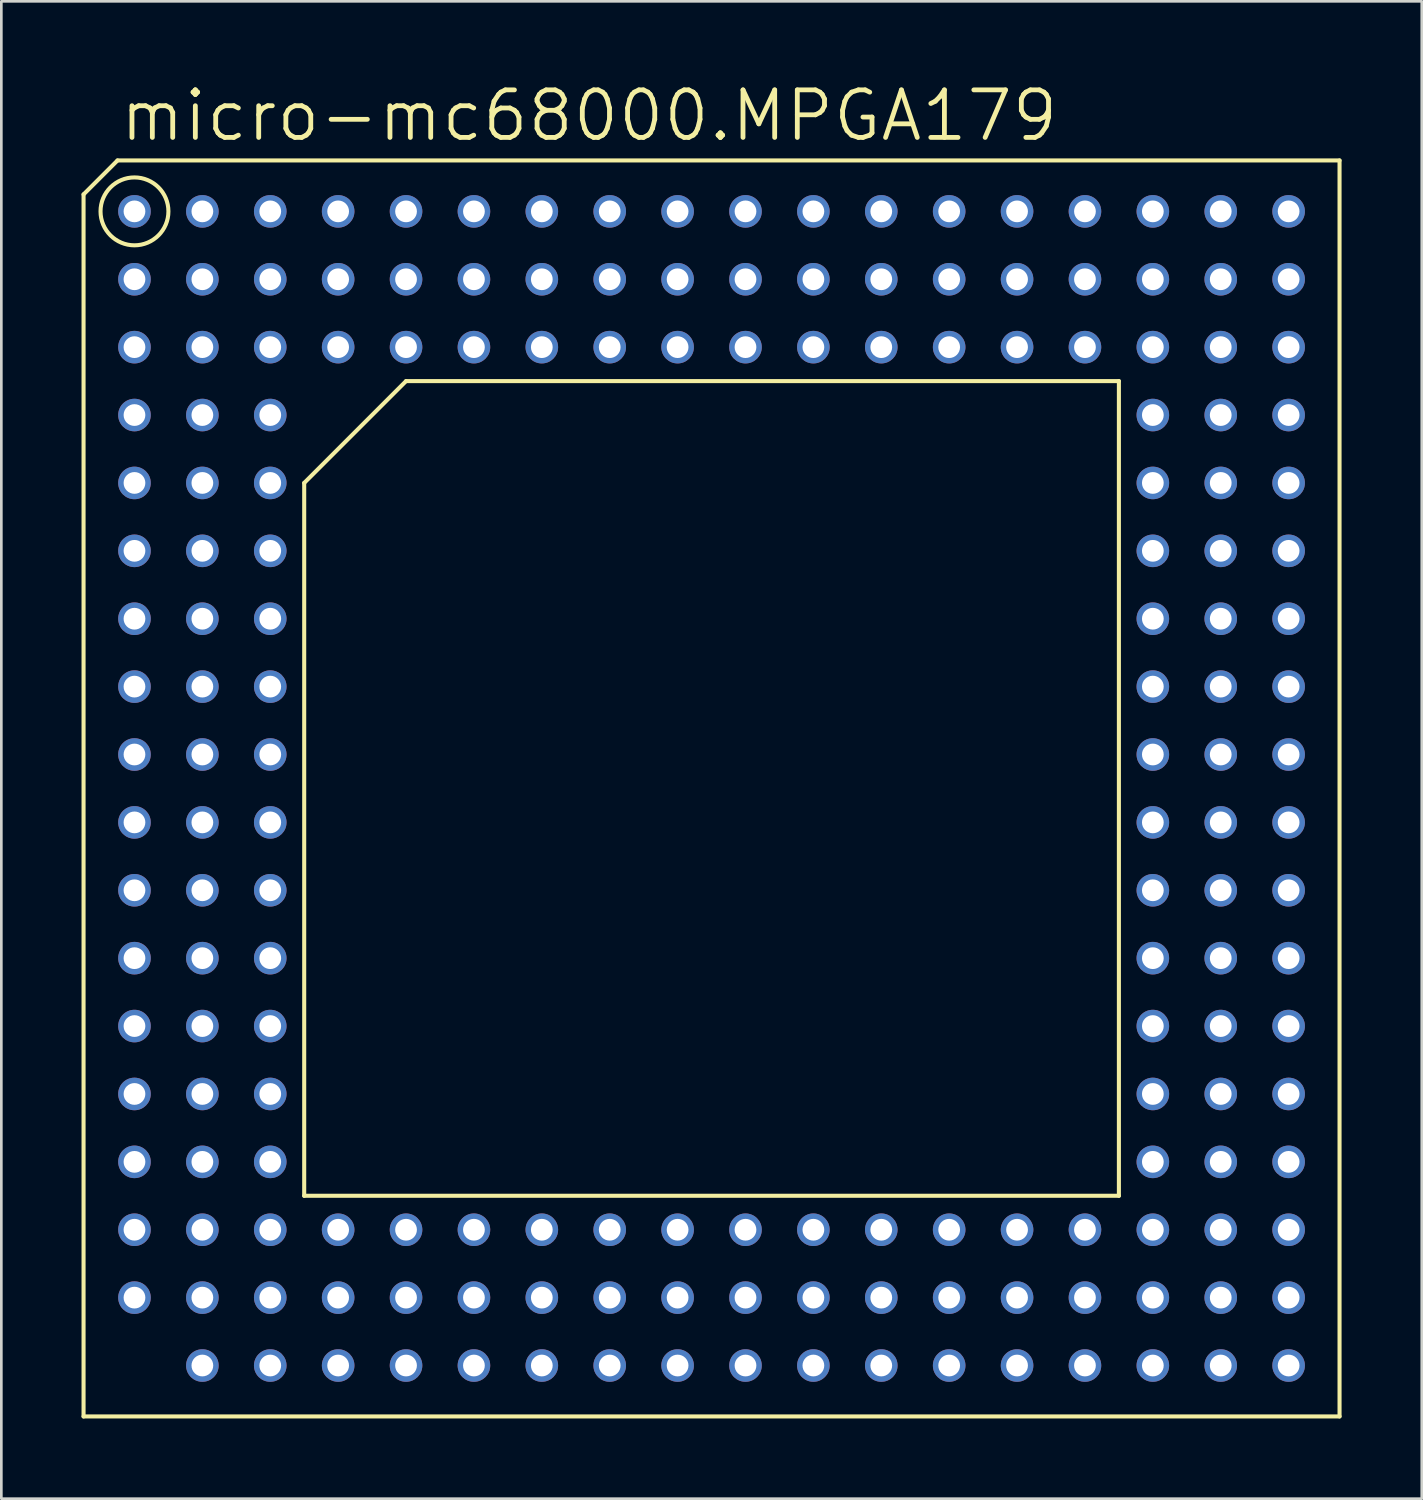
<source format=kicad_pcb>
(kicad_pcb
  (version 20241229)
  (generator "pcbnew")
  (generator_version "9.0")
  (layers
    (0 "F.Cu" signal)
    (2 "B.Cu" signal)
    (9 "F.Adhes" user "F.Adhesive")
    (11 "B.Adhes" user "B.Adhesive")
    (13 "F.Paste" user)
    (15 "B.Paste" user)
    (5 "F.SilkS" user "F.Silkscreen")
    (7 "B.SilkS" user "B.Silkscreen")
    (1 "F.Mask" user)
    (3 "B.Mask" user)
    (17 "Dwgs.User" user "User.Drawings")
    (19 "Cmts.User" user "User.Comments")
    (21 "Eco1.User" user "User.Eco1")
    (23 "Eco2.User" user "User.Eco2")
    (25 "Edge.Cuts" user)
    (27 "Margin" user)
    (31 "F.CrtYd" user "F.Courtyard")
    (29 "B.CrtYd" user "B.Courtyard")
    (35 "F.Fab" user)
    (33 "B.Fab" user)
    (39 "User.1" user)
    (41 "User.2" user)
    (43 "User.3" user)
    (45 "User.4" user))
  (footprint "micro-mc68000.MPGA179"
    (layer "F.Cu")
    (at 23.571 26.448)
    (property "Reference" "micro-mc68000.MPGA179" (at -22.225 -24.13 0) (layer "F.SilkS") (effects (font (size 1.778 1.778) (thickness 0.18)) (justify left bottom)))
    (attr through_hole)
    (fp_line (start -23.495 -22.225) (end -22.225 -23.495) (stroke (width 0.152) (type default)) (layer "F.SilkS"))
    (fp_line (start -23.495 23.495) (end -23.495 -22.225) (stroke (width 0.152) (type default)) (layer "F.SilkS"))
    (fp_line (start -22.225 -23.495) (end 23.495 -23.495) (stroke (width 0.152) (type default)) (layer "F.SilkS"))
    (fp_line (start -15.24 -11.43) (end -15.24 15.24) (stroke (width 0.152) (type default)) (layer "F.SilkS"))
    (fp_line (start -11.43 -15.24) (end -15.24 -11.43) (stroke (width 0.152) (type default)) (layer "F.SilkS"))
    (fp_line (start -11.43 -15.24) (end 15.24 -15.24) (stroke (width 0.152) (type default)) (layer "F.SilkS"))
    (fp_line (start 15.24 15.24) (end -15.24 15.24) (stroke (width 0.152) (type default)) (layer "F.SilkS"))
    (fp_line (start 15.24 15.24) (end 15.24 -15.24) (stroke (width 0.152) (type default)) (layer "F.SilkS"))
    (fp_line (start 23.495 -23.495) (end 23.495 23.495) (stroke (width 0.152) (type default)) (layer "F.SilkS"))
    (fp_line (start 23.495 23.495) (end -23.495 23.495) (stroke (width 0.152) (type default)) (layer "F.SilkS"))
    (fp_circle (center -21.59 -21.59) (end -20.32 -21.59) (stroke (width 0.152) (type default)) (fill no) (layer "F.SilkS"))
    (pad "A01" thru_hole circle (at -21.59 -21.59) (size 1.219 1.219) (drill 0.813) (layers "*.Cu" "*.Mask"))
    (pad "A02" thru_hole circle (at -19.05 -21.59) (size 1.219 1.219) (drill 0.813) (layers "*.Cu" "*.Mask"))
    (pad "A03" thru_hole circle (at -16.51 -21.59) (size 1.219 1.219) (drill 0.813) (layers "*.Cu" "*.Mask"))
    (pad "A04" thru_hole circle (at -13.97 -21.59) (size 1.219 1.219) (drill 0.813) (layers "*.Cu" "*.Mask"))
    (pad "A05" thru_hole circle (at -11.43 -21.59) (size 1.219 1.219) (drill 0.813) (layers "*.Cu" "*.Mask"))
    (pad "A06" thru_hole circle (at -8.89 -21.59) (size 1.219 1.219) (drill 0.813) (layers "*.Cu" "*.Mask"))
    (pad "A07" thru_hole circle (at -6.35 -21.59) (size 1.219 1.219) (drill 0.813) (layers "*.Cu" "*.Mask"))
    (pad "A08" thru_hole circle (at -3.81 -21.59) (size 1.219 1.219) (drill 0.813) (layers "*.Cu" "*.Mask"))
    (pad "A09" thru_hole circle (at -1.27 -21.59) (size 1.219 1.219) (drill 0.813) (layers "*.Cu" "*.Mask"))
    (pad "A10" thru_hole circle (at 1.27 -21.59) (size 1.219 1.219) (drill 0.813) (layers "*.Cu" "*.Mask"))
    (pad "A11" thru_hole circle (at 3.81 -21.59) (size 1.219 1.219) (drill 0.813) (layers "*.Cu" "*.Mask"))
    (pad "A12" thru_hole circle (at 6.35 -21.59) (size 1.219 1.219) (drill 0.813) (layers "*.Cu" "*.Mask"))
    (pad "A13" thru_hole circle (at 8.89 -21.59) (size 1.219 1.219) (drill 0.813) (layers "*.Cu" "*.Mask"))
    (pad "A14" thru_hole circle (at 11.43 -21.59) (size 1.219 1.219) (drill 0.813) (layers "*.Cu" "*.Mask"))
    (pad "A15" thru_hole circle (at 13.97 -21.59) (size 1.219 1.219) (drill 0.813) (layers "*.Cu" "*.Mask"))
    (pad "A16" thru_hole circle (at 16.51 -21.59) (size 1.219 1.219) (drill 0.813) (layers "*.Cu" "*.Mask"))
    (pad "A17" thru_hole circle (at 19.05 -21.59) (size 1.219 1.219) (drill 0.813) (layers "*.Cu" "*.Mask"))
    (pad "A18" thru_hole circle (at 21.59 -21.59) (size 1.219 1.219) (drill 0.813) (layers "*.Cu" "*.Mask"))
    (pad "B01" thru_hole circle (at -21.59 -19.05) (size 1.219 1.219) (drill 0.813) (layers "*.Cu" "*.Mask"))
    (pad "B02" thru_hole circle (at -19.05 -19.05) (size 1.219 1.219) (drill 0.813) (layers "*.Cu" "*.Mask"))
    (pad "B03" thru_hole circle (at -16.51 -19.05) (size 1.219 1.219) (drill 0.813) (layers "*.Cu" "*.Mask"))
    (pad "B04" thru_hole circle (at -13.97 -19.05) (size 1.219 1.219) (drill 0.813) (layers "*.Cu" "*.Mask"))
    (pad "B05" thru_hole circle (at -11.43 -19.05) (size 1.219 1.219) (drill 0.813) (layers "*.Cu" "*.Mask"))
    (pad "B06" thru_hole circle (at -8.89 -19.05) (size 1.219 1.219) (drill 0.813) (layers "*.Cu" "*.Mask"))
    (pad "B07" thru_hole circle (at -6.35 -19.05) (size 1.219 1.219) (drill 0.813) (layers "*.Cu" "*.Mask"))
    (pad "B08" thru_hole circle (at -3.81 -19.05) (size 1.219 1.219) (drill 0.813) (layers "*.Cu" "*.Mask"))
    (pad "B09" thru_hole circle (at -1.27 -19.05) (size 1.219 1.219) (drill 0.813) (layers "*.Cu" "*.Mask"))
    (pad "B10" thru_hole circle (at 1.27 -19.05) (size 1.219 1.219) (drill 0.813) (layers "*.Cu" "*.Mask"))
    (pad "B11" thru_hole circle (at 3.81 -19.05) (size 1.219 1.219) (drill 0.813) (layers "*.Cu" "*.Mask"))
    (pad "B12" thru_hole circle (at 6.35 -19.05) (size 1.219 1.219) (drill 0.813) (layers "*.Cu" "*.Mask"))
    (pad "B13" thru_hole circle (at 8.89 -19.05) (size 1.219 1.219) (drill 0.813) (layers "*.Cu" "*.Mask"))
    (pad "B14" thru_hole circle (at 11.43 -19.05) (size 1.219 1.219) (drill 0.813) (layers "*.Cu" "*.Mask"))
    (pad "B15" thru_hole circle (at 13.97 -19.05) (size 1.219 1.219) (drill 0.813) (layers "*.Cu" "*.Mask"))
    (pad "B16" thru_hole circle (at 16.51 -19.05) (size 1.219 1.219) (drill 0.813) (layers "*.Cu" "*.Mask"))
    (pad "B17" thru_hole circle (at 19.05 -19.05) (size 1.219 1.219) (drill 0.813) (layers "*.Cu" "*.Mask"))
    (pad "B18" thru_hole circle (at 21.59 -19.05) (size 1.219 1.219) (drill 0.813) (layers "*.Cu" "*.Mask"))
    (pad "C01" thru_hole circle (at -21.59 -16.51) (size 1.219 1.219) (drill 0.813) (layers "*.Cu" "*.Mask"))
    (pad "C02" thru_hole circle (at -19.05 -16.51) (size 1.219 1.219) (drill 0.813) (layers "*.Cu" "*.Mask"))
    (pad "C03" thru_hole circle (at -16.51 -16.51) (size 1.219 1.219) (drill 0.813) (layers "*.Cu" "*.Mask"))
    (pad "C04" thru_hole circle (at -13.97 -16.51) (size 1.219 1.219) (drill 0.813) (layers "*.Cu" "*.Mask"))
    (pad "C05" thru_hole circle (at -11.43 -16.51) (size 1.219 1.219) (drill 0.813) (layers "*.Cu" "*.Mask"))
    (pad "C06" thru_hole circle (at -8.89 -16.51) (size 1.219 1.219) (drill 0.813) (layers "*.Cu" "*.Mask"))
    (pad "C07" thru_hole circle (at -6.35 -16.51) (size 1.219 1.219) (drill 0.813) (layers "*.Cu" "*.Mask"))
    (pad "C08" thru_hole circle (at -3.81 -16.51) (size 1.219 1.219) (drill 0.813) (layers "*.Cu" "*.Mask"))
    (pad "C09" thru_hole circle (at -1.27 -16.51) (size 1.219 1.219) (drill 0.813) (layers "*.Cu" "*.Mask"))
    (pad "C10" thru_hole circle (at 1.27 -16.51) (size 1.219 1.219) (drill 0.813) (layers "*.Cu" "*.Mask"))
    (pad "C11" thru_hole circle (at 3.81 -16.51) (size 1.219 1.219) (drill 0.813) (layers "*.Cu" "*.Mask"))
    (pad "C12" thru_hole circle (at 6.35 -16.51) (size 1.219 1.219) (drill 0.813) (layers "*.Cu" "*.Mask"))
    (pad "C13" thru_hole circle (at 8.89 -16.51) (size 1.219 1.219) (drill 0.813) (layers "*.Cu" "*.Mask"))
    (pad "C14" thru_hole circle (at 11.43 -16.51) (size 1.219 1.219) (drill 0.813) (layers "*.Cu" "*.Mask"))
    (pad "C15" thru_hole circle (at 13.97 -16.51) (size 1.219 1.219) (drill 0.813) (layers "*.Cu" "*.Mask"))
    (pad "C16" thru_hole circle (at 16.51 -16.51) (size 1.219 1.219) (drill 0.813) (layers "*.Cu" "*.Mask"))
    (pad "C17" thru_hole circle (at 19.05 -16.51) (size 1.219 1.219) (drill 0.813) (layers "*.Cu" "*.Mask"))
    (pad "C18" thru_hole circle (at 21.59 -16.51) (size 1.219 1.219) (drill 0.813) (layers "*.Cu" "*.Mask"))
    (pad "D01" thru_hole circle (at -21.59 -13.97) (size 1.219 1.219) (drill 0.813) (layers "*.Cu" "*.Mask"))
    (pad "D02" thru_hole circle (at -19.05 -13.97) (size 1.219 1.219) (drill 0.813) (layers "*.Cu" "*.Mask"))
    (pad "D03" thru_hole circle (at -16.51 -13.97) (size 1.219 1.219) (drill 0.813) (layers "*.Cu" "*.Mask"))
    (pad "D16" thru_hole circle (at 16.51 -13.97) (size 1.219 1.219) (drill 0.813) (layers "*.Cu" "*.Mask"))
    (pad "D17" thru_hole circle (at 19.05 -13.97) (size 1.219 1.219) (drill 0.813) (layers "*.Cu" "*.Mask"))
    (pad "D18" thru_hole circle (at 21.59 -13.97) (size 1.219 1.219) (drill 0.813) (layers "*.Cu" "*.Mask"))
    (pad "E01" thru_hole circle (at -21.59 -11.43) (size 1.219 1.219) (drill 0.813) (layers "*.Cu" "*.Mask"))
    (pad "E02" thru_hole circle (at -19.05 -11.43) (size 1.219 1.219) (drill 0.813) (layers "*.Cu" "*.Mask"))
    (pad "E03" thru_hole circle (at -16.51 -11.43) (size 1.219 1.219) (drill 0.813) (layers "*.Cu" "*.Mask"))
    (pad "E16" thru_hole circle (at 16.51 -11.43) (size 1.219 1.219) (drill 0.813) (layers "*.Cu" "*.Mask"))
    (pad "E17" thru_hole circle (at 19.05 -11.43) (size 1.219 1.219) (drill 0.813) (layers "*.Cu" "*.Mask"))
    (pad "E18" thru_hole circle (at 21.59 -11.43) (size 1.219 1.219) (drill 0.813) (layers "*.Cu" "*.Mask"))
    (pad "F01" thru_hole circle (at -21.59 -8.89) (size 1.219 1.219) (drill 0.813) (layers "*.Cu" "*.Mask"))
    (pad "F02" thru_hole circle (at -19.05 -8.89) (size 1.219 1.219) (drill 0.813) (layers "*.Cu" "*.Mask"))
    (pad "F03" thru_hole circle (at -16.51 -8.89) (size 1.219 1.219) (drill 0.813) (layers "*.Cu" "*.Mask"))
    (pad "F16" thru_hole circle (at 16.51 -8.89) (size 1.219 1.219) (drill 0.813) (layers "*.Cu" "*.Mask"))
    (pad "F17" thru_hole circle (at 19.05 -8.89) (size 1.219 1.219) (drill 0.813) (layers "*.Cu" "*.Mask"))
    (pad "F18" thru_hole circle (at 21.59 -8.89) (size 1.219 1.219) (drill 0.813) (layers "*.Cu" "*.Mask"))
    (pad "G01" thru_hole circle (at -21.59 -6.35) (size 1.219 1.219) (drill 0.813) (layers "*.Cu" "*.Mask"))
    (pad "G02" thru_hole circle (at -19.05 -6.35) (size 1.219 1.219) (drill 0.813) (layers "*.Cu" "*.Mask"))
    (pad "G03" thru_hole circle (at -16.51 -6.35) (size 1.219 1.219) (drill 0.813) (layers "*.Cu" "*.Mask"))
    (pad "G16" thru_hole circle (at 16.51 -6.35) (size 1.219 1.219) (drill 0.813) (layers "*.Cu" "*.Mask"))
    (pad "G17" thru_hole circle (at 19.05 -6.35) (size 1.219 1.219) (drill 0.813) (layers "*.Cu" "*.Mask"))
    (pad "G18" thru_hole circle (at 21.59 -6.35) (size 1.219 1.219) (drill 0.813) (layers "*.Cu" "*.Mask"))
    (pad "H01" thru_hole circle (at -21.59 -3.81) (size 1.219 1.219) (drill 0.813) (layers "*.Cu" "*.Mask"))
    (pad "H02" thru_hole circle (at -19.05 -3.81) (size 1.219 1.219) (drill 0.813) (layers "*.Cu" "*.Mask"))
    (pad "H03" thru_hole circle (at -16.51 -3.81) (size 1.219 1.219) (drill 0.813) (layers "*.Cu" "*.Mask"))
    (pad "H16" thru_hole circle (at 16.51 -3.81) (size 1.219 1.219) (drill 0.813) (layers "*.Cu" "*.Mask"))
    (pad "H17" thru_hole circle (at 19.05 -3.81) (size 1.219 1.219) (drill 0.813) (layers "*.Cu" "*.Mask"))
    (pad "H18" thru_hole circle (at 21.59 -3.81) (size 1.219 1.219) (drill 0.813) (layers "*.Cu" "*.Mask"))
    (pad "J01" thru_hole circle (at -21.59 -1.27) (size 1.219 1.219) (drill 0.813) (layers "*.Cu" "*.Mask"))
    (pad "J02" thru_hole circle (at -19.05 -1.27) (size 1.219 1.219) (drill 0.813) (layers "*.Cu" "*.Mask"))
    (pad "J03" thru_hole circle (at -16.51 -1.27) (size 1.219 1.219) (drill 0.813) (layers "*.Cu" "*.Mask"))
    (pad "J16" thru_hole circle (at 16.51 -1.27) (size 1.219 1.219) (drill 0.813) (layers "*.Cu" "*.Mask"))
    (pad "J17" thru_hole circle (at 19.05 -1.27) (size 1.219 1.219) (drill 0.813) (layers "*.Cu" "*.Mask"))
    (pad "J18" thru_hole circle (at 21.59 -1.27) (size 1.219 1.219) (drill 0.813) (layers "*.Cu" "*.Mask"))
    (pad "K01" thru_hole circle (at -21.59 1.27) (size 1.219 1.219) (drill 0.813) (layers "*.Cu" "*.Mask"))
    (pad "K02" thru_hole circle (at -19.05 1.27) (size 1.219 1.219) (drill 0.813) (layers "*.Cu" "*.Mask"))
    (pad "K03" thru_hole circle (at -16.51 1.27) (size 1.219 1.219) (drill 0.813) (layers "*.Cu" "*.Mask"))
    (pad "K16" thru_hole circle (at 16.51 1.27) (size 1.219 1.219) (drill 0.813) (layers "*.Cu" "*.Mask"))
    (pad "K17" thru_hole circle (at 19.05 1.27) (size 1.219 1.219) (drill 0.813) (layers "*.Cu" "*.Mask"))
    (pad "K18" thru_hole circle (at 21.59 1.27) (size 1.219 1.219) (drill 0.813) (layers "*.Cu" "*.Mask"))
    (pad "L01" thru_hole circle (at -21.59 3.81) (size 1.219 1.219) (drill 0.813) (layers "*.Cu" "*.Mask"))
    (pad "L02" thru_hole circle (at -19.05 3.81) (size 1.219 1.219) (drill 0.813) (layers "*.Cu" "*.Mask"))
    (pad "L03" thru_hole circle (at -16.51 3.81) (size 1.219 1.219) (drill 0.813) (layers "*.Cu" "*.Mask"))
    (pad "L16" thru_hole circle (at 16.51 3.81) (size 1.219 1.219) (drill 0.813) (layers "*.Cu" "*.Mask"))
    (pad "L17" thru_hole circle (at 19.05 3.81) (size 1.219 1.219) (drill 0.813) (layers "*.Cu" "*.Mask"))
    (pad "L18" thru_hole circle (at 21.59 3.81) (size 1.219 1.219) (drill 0.813) (layers "*.Cu" "*.Mask"))
    (pad "M01" thru_hole circle (at -21.59 6.35) (size 1.219 1.219) (drill 0.813) (layers "*.Cu" "*.Mask"))
    (pad "M02" thru_hole circle (at -19.05 6.35) (size 1.219 1.219) (drill 0.813) (layers "*.Cu" "*.Mask"))
    (pad "M03" thru_hole circle (at -16.51 6.35) (size 1.219 1.219) (drill 0.813) (layers "*.Cu" "*.Mask"))
    (pad "M16" thru_hole circle (at 16.51 6.35) (size 1.219 1.219) (drill 0.813) (layers "*.Cu" "*.Mask"))
    (pad "M17" thru_hole circle (at 19.05 6.35) (size 1.219 1.219) (drill 0.813) (layers "*.Cu" "*.Mask"))
    (pad "M18" thru_hole circle (at 21.59 6.35) (size 1.219 1.219) (drill 0.813) (layers "*.Cu" "*.Mask"))
    (pad "N01" thru_hole circle (at -21.59 8.89) (size 1.219 1.219) (drill 0.813) (layers "*.Cu" "*.Mask"))
    (pad "N02" thru_hole circle (at -19.05 8.89) (size 1.219 1.219) (drill 0.813) (layers "*.Cu" "*.Mask"))
    (pad "N03" thru_hole circle (at -16.51 8.89) (size 1.219 1.219) (drill 0.813) (layers "*.Cu" "*.Mask"))
    (pad "N16" thru_hole circle (at 16.51 8.89) (size 1.219 1.219) (drill 0.813) (layers "*.Cu" "*.Mask"))
    (pad "N17" thru_hole circle (at 19.05 8.89) (size 1.219 1.219) (drill 0.813) (layers "*.Cu" "*.Mask"))
    (pad "N18" thru_hole circle (at 21.59 8.89) (size 1.219 1.219) (drill 0.813) (layers "*.Cu" "*.Mask"))
    (pad "P01" thru_hole circle (at -21.59 11.43) (size 1.219 1.219) (drill 0.813) (layers "*.Cu" "*.Mask"))
    (pad "P02" thru_hole circle (at -19.05 11.43) (size 1.219 1.219) (drill 0.813) (layers "*.Cu" "*.Mask"))
    (pad "P03" thru_hole circle (at -16.51 11.43) (size 1.219 1.219) (drill 0.813) (layers "*.Cu" "*.Mask"))
    (pad "P16" thru_hole circle (at 16.51 11.43) (size 1.219 1.219) (drill 0.813) (layers "*.Cu" "*.Mask"))
    (pad "P17" thru_hole circle (at 19.05 11.43) (size 1.219 1.219) (drill 0.813) (layers "*.Cu" "*.Mask"))
    (pad "P18" thru_hole circle (at 21.59 11.43) (size 1.219 1.219) (drill 0.813) (layers "*.Cu" "*.Mask"))
    (pad "Q01" thru_hole circle (at -21.59 13.97) (size 1.219 1.219) (drill 0.813) (layers "*.Cu" "*.Mask"))
    (pad "Q02" thru_hole circle (at -19.05 13.97) (size 1.219 1.219) (drill 0.813) (layers "*.Cu" "*.Mask"))
    (pad "Q03" thru_hole circle (at -16.51 13.97) (size 1.219 1.219) (drill 0.813) (layers "*.Cu" "*.Mask"))
    (pad "Q16" thru_hole circle (at 16.51 13.97) (size 1.219 1.219) (drill 0.813) (layers "*.Cu" "*.Mask"))
    (pad "Q17" thru_hole circle (at 19.05 13.97) (size 1.219 1.219) (drill 0.813) (layers "*.Cu" "*.Mask"))
    (pad "Q18" thru_hole circle (at 21.59 13.97) (size 1.219 1.219) (drill 0.813) (layers "*.Cu" "*.Mask"))
    (pad "R01" thru_hole circle (at -21.59 16.51) (size 1.219 1.219) (drill 0.813) (layers "*.Cu" "*.Mask"))
    (pad "R02" thru_hole circle (at -19.05 16.51) (size 1.219 1.219) (drill 0.813) (layers "*.Cu" "*.Mask"))
    (pad "R03" thru_hole circle (at -16.51 16.51) (size 1.219 1.219) (drill 0.813) (layers "*.Cu" "*.Mask"))
    (pad "R04" thru_hole circle (at -13.97 16.51) (size 1.219 1.219) (drill 0.813) (layers "*.Cu" "*.Mask"))
    (pad "R05" thru_hole circle (at -11.43 16.51) (size 1.219 1.219) (drill 0.813) (layers "*.Cu" "*.Mask"))
    (pad "R06" thru_hole circle (at -8.89 16.51) (size 1.219 1.219) (drill 0.813) (layers "*.Cu" "*.Mask"))
    (pad "R07" thru_hole circle (at -6.35 16.51) (size 1.219 1.219) (drill 0.813) (layers "*.Cu" "*.Mask"))
    (pad "R08" thru_hole circle (at -3.81 16.51) (size 1.219 1.219) (drill 0.813) (layers "*.Cu" "*.Mask"))
    (pad "R09" thru_hole circle (at -1.27 16.51) (size 1.219 1.219) (drill 0.813) (layers "*.Cu" "*.Mask"))
    (pad "R10" thru_hole circle (at 1.27 16.51) (size 1.219 1.219) (drill 0.813) (layers "*.Cu" "*.Mask"))
    (pad "R11" thru_hole circle (at 3.81 16.51) (size 1.219 1.219) (drill 0.813) (layers "*.Cu" "*.Mask"))
    (pad "R12" thru_hole circle (at 6.35 16.51) (size 1.219 1.219) (drill 0.813) (layers "*.Cu" "*.Mask"))
    (pad "R13" thru_hole circle (at 8.89 16.51) (size 1.219 1.219) (drill 0.813) (layers "*.Cu" "*.Mask"))
    (pad "R14" thru_hole circle (at 11.43 16.51) (size 1.219 1.219) (drill 0.813) (layers "*.Cu" "*.Mask"))
    (pad "R15" thru_hole circle (at 13.97 16.51) (size 1.219 1.219) (drill 0.813) (layers "*.Cu" "*.Mask"))
    (pad "R16" thru_hole circle (at 16.51 16.51) (size 1.219 1.219) (drill 0.813) (layers "*.Cu" "*.Mask"))
    (pad "R17" thru_hole circle (at 19.05 16.51) (size 1.219 1.219) (drill 0.813) (layers "*.Cu" "*.Mask"))
    (pad "R18" thru_hole circle (at 21.59 16.51) (size 1.219 1.219) (drill 0.813) (layers "*.Cu" "*.Mask"))
    (pad "S01" thru_hole circle (at -21.59 19.05) (size 1.219 1.219) (drill 0.813) (layers "*.Cu" "*.Mask"))
    (pad "S02" thru_hole circle (at -19.05 19.05) (size 1.219 1.219) (drill 0.813) (layers "*.Cu" "*.Mask"))
    (pad "S03" thru_hole circle (at -16.51 19.05) (size 1.219 1.219) (drill 0.813) (layers "*.Cu" "*.Mask"))
    (pad "S04" thru_hole circle (at -13.97 19.05) (size 1.219 1.219) (drill 0.813) (layers "*.Cu" "*.Mask"))
    (pad "S05" thru_hole circle (at -11.43 19.05) (size 1.219 1.219) (drill 0.813) (layers "*.Cu" "*.Mask"))
    (pad "S06" thru_hole circle (at -8.89 19.05) (size 1.219 1.219) (drill 0.813) (layers "*.Cu" "*.Mask"))
    (pad "S07" thru_hole circle (at -6.35 19.05) (size 1.219 1.219) (drill 0.813) (layers "*.Cu" "*.Mask"))
    (pad "S08" thru_hole circle (at -3.81 19.05) (size 1.219 1.219) (drill 0.813) (layers "*.Cu" "*.Mask"))
    (pad "S09" thru_hole circle (at -1.27 19.05) (size 1.219 1.219) (drill 0.813) (layers "*.Cu" "*.Mask"))
    (pad "S10" thru_hole circle (at 1.27 19.05) (size 1.219 1.219) (drill 0.813) (layers "*.Cu" "*.Mask"))
    (pad "S11" thru_hole circle (at 3.81 19.05) (size 1.219 1.219) (drill 0.813) (layers "*.Cu" "*.Mask"))
    (pad "S12" thru_hole circle (at 6.35 19.05) (size 1.219 1.219) (drill 0.813) (layers "*.Cu" "*.Mask"))
    (pad "S13" thru_hole circle (at 8.89 19.05) (size 1.219 1.219) (drill 0.813) (layers "*.Cu" "*.Mask"))
    (pad "S14" thru_hole circle (at 11.43 19.05) (size 1.219 1.219) (drill 0.813) (layers "*.Cu" "*.Mask"))
    (pad "S15" thru_hole circle (at 13.97 19.05) (size 1.219 1.219) (drill 0.813) (layers "*.Cu" "*.Mask"))
    (pad "S16" thru_hole circle (at 16.51 19.05) (size 1.219 1.219) (drill 0.813) (layers "*.Cu" "*.Mask"))
    (pad "S17" thru_hole circle (at 19.05 19.05) (size 1.219 1.219) (drill 0.813) (layers "*.Cu" "*.Mask"))
    (pad "S18" thru_hole circle (at 21.59 19.05) (size 1.219 1.219) (drill 0.813) (layers "*.Cu" "*.Mask"))
    (pad "T02" thru_hole circle (at -19.05 21.59) (size 1.219 1.219) (drill 0.813) (layers "*.Cu" "*.Mask"))
    (pad "T03" thru_hole circle (at -16.51 21.59) (size 1.219 1.219) (drill 0.813) (layers "*.Cu" "*.Mask"))
    (pad "T04" thru_hole circle (at -13.97 21.59) (size 1.219 1.219) (drill 0.813) (layers "*.Cu" "*.Mask"))
    (pad "T05" thru_hole circle (at -11.43 21.59) (size 1.219 1.219) (drill 0.813) (layers "*.Cu" "*.Mask"))
    (pad "T06" thru_hole circle (at -8.89 21.59) (size 1.219 1.219) (drill 0.813) (layers "*.Cu" "*.Mask"))
    (pad "T07" thru_hole circle (at -6.35 21.59) (size 1.219 1.219) (drill 0.813) (layers "*.Cu" "*.Mask"))
    (pad "T08" thru_hole circle (at -3.81 21.59) (size 1.219 1.219) (drill 0.813) (layers "*.Cu" "*.Mask"))
    (pad "T09" thru_hole circle (at -1.27 21.59) (size 1.219 1.219) (drill 0.813) (layers "*.Cu" "*.Mask"))
    (pad "T10" thru_hole circle (at 1.27 21.59) (size 1.219 1.219) (drill 0.813) (layers "*.Cu" "*.Mask"))
    (pad "T11" thru_hole circle (at 3.81 21.59) (size 1.219 1.219) (drill 0.813) (layers "*.Cu" "*.Mask"))
    (pad "T12" thru_hole circle (at 6.35 21.59) (size 1.219 1.219) (drill 0.813) (layers "*.Cu" "*.Mask"))
    (pad "T13" thru_hole circle (at 8.89 21.59) (size 1.219 1.219) (drill 0.813) (layers "*.Cu" "*.Mask"))
    (pad "T14" thru_hole circle (at 11.43 21.59) (size 1.219 1.219) (drill 0.813) (layers "*.Cu" "*.Mask"))
    (pad "T15" thru_hole circle (at 13.97 21.59) (size 1.219 1.219) (drill 0.813) (layers "*.Cu" "*.Mask"))
    (pad "T16" thru_hole circle (at 16.51 21.59) (size 1.219 1.219) (drill 0.813) (layers "*.Cu" "*.Mask"))
    (pad "T17" thru_hole circle (at 19.05 21.59) (size 1.219 1.219) (drill 0.813) (layers "*.Cu" "*.Mask"))
    (pad "T18" thru_hole circle (at 21.59 21.59) (size 1.219 1.219) (drill 0.813) (layers "*.Cu" "*.Mask")))
  (gr_rect
    (start -3 -3)
    (end 50.142 53.019)
    (stroke (width 0.1) (type default))
    (fill no)
    (layer "Edge.Cuts")))
</source>
